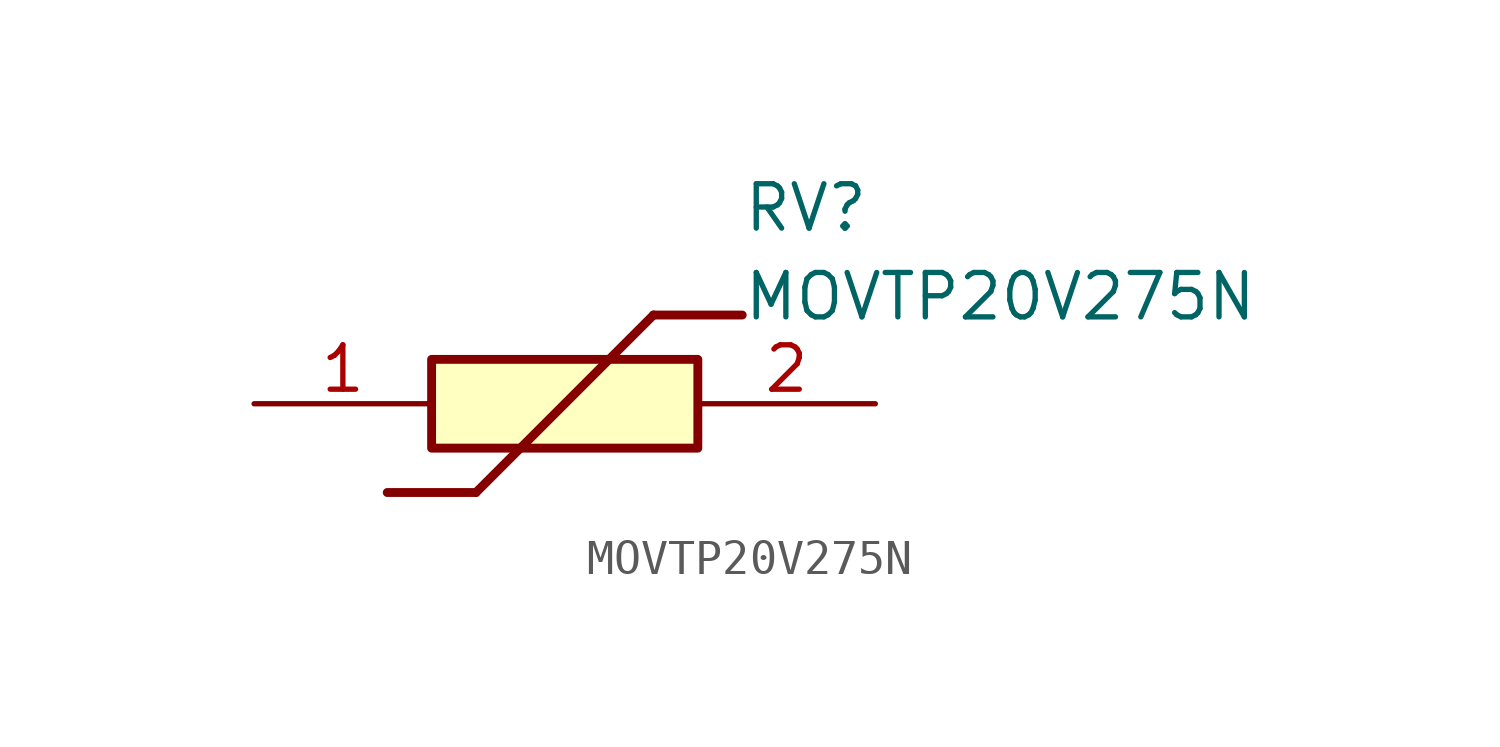
<source format=kicad_sym>
(kicad_symbol_lib
  (version 20211014)
  (generator SamacSys_ECAD_Model)
  (symbol "MOVTP20V275N"
    (pin_names hide)
    (property "Reference" "RV"
      (at 13.97 6.35 0)
      (effects (font (size 1.27 1.27)) (justify left top)))
    (property "Value" "MOVTP20V275N"
      (at 13.97 3.81 0)
      (effects (font (size 1.27 1.27)) (justify left top)))
    (rectangle
      (start 5.08 1.27)
      (end 12.7 -1.27)
      (stroke (width 0.254) (type default))
      (fill (type background)))
    (polyline
      (pts (xy 3.81 -2.54) (xy 6.35 -2.54))
      (stroke (width 0.254) (type default))
      (fill (type none)))
    (polyline
      (pts (xy 11.43 2.54) (xy 6.35 -2.54))
      (stroke (width 0.254) (type default))
      (fill (type none)))
    (polyline
      (pts (xy 11.43 2.54) (xy 13.97 2.54))
      (stroke (width 0.254) (type default))
      (fill (type none)))
    (pin passive line
      (at 0 0 0)
      (length 5.08)
      (name "1" (effects (font (size 1.27 1.27))))
      (number "1" (effects (font (size 1.27 1.27)))))
    (pin passive line
      (at 17.78 0 180)
      (length 5.08)
      (name "2" (effects (font (size 1.27 1.27))))
      (number "2" (effects (font (size 1.27 1.27)))))))
</source>
